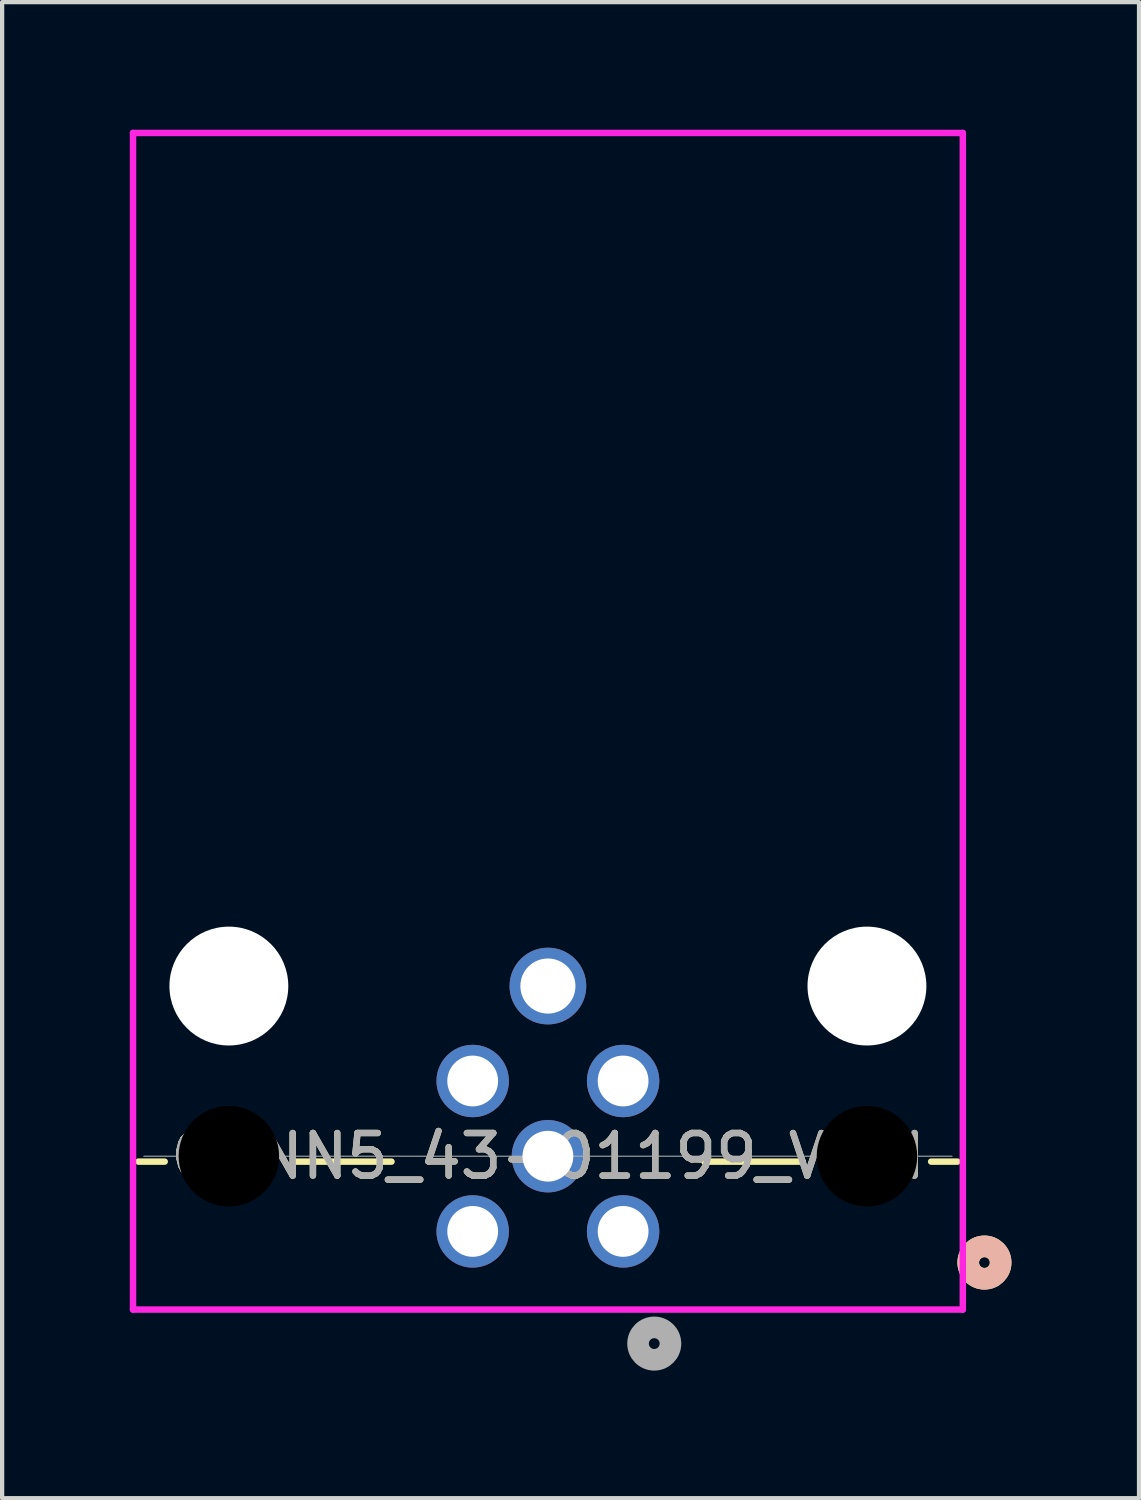
<source format=kicad_pcb>
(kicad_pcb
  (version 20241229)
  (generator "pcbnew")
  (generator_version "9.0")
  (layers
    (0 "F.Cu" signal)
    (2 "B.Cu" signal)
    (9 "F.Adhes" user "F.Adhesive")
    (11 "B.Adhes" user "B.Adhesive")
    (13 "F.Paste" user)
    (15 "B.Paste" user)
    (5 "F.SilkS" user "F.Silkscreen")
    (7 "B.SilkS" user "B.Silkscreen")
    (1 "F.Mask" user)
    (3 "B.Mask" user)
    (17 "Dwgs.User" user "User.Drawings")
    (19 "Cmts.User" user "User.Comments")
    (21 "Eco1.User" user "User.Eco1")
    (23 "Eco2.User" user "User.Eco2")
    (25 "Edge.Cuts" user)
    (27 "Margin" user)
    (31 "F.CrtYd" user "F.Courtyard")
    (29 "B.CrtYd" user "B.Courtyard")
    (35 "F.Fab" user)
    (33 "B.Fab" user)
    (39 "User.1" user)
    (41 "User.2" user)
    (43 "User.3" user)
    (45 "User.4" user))
  (footprint "CONN5_43-01199_Vlad"
    (layer "F.Cu")
    (at 11.598 25.898)
    (property "Reference" "CONN5_43-01199_Vlad" (at -1.768 -1.768 0) (unlocked yes) (layer "F.SilkS") (effects (font (size 1 1) (thickness 0.15))))
    (attr through_hole)
    (fp_line (start -11.394 -1.641) (end -10.776 -1.641) (stroke (width 0.152) (type solid)) (layer "F.SilkS"))
    (fp_line (start -7.759 -1.641) (end -5.445 -1.641) (stroke (width 0.152) (type solid)) (layer "F.SilkS"))
    (fp_line (start 1.909 -1.641) (end 4.224 -1.641) (stroke (width 0.152) (type solid)) (layer "F.SilkS"))
    (fp_line (start 7.241 -1.641) (end 7.859 -1.641) (stroke (width 0.152) (type solid)) (layer "F.SilkS"))
    (fp_circle (center 8.494 0.732) (end 8.875 0.732) (stroke (width 0.508) (type solid)) (fill no) (layer "F.SilkS"))
    (fp_circle (center 8.494 0.732) (end 8.875 0.732) (stroke (width 0.508) (type solid)) (fill no) (layer "B.SilkS"))
    (fp_line (start -11.521 -25.822) (end -11.521 1.837) (stroke (width 0.152) (type solid)) (layer "F.CrtYd"))
    (fp_line (start -11.521 1.837) (end 7.986 1.837) (stroke (width 0.152) (type solid)) (layer "F.CrtYd"))
    (fp_line (start 7.986 -25.822) (end -11.521 -25.822) (stroke (width 0.152) (type solid)) (layer "F.CrtYd"))
    (fp_line (start 7.986 1.837) (end 7.986 -25.822) (stroke (width 0.152) (type solid)) (layer "F.CrtYd"))
    (fp_line (start -11.267 -1.768) (end 7.732 -1.768) (stroke (width 0.025) (type solid)) (layer "F.Fab"))
    (fp_circle (center 0.732 2.637) (end 1.113 2.637) (stroke (width 0.508) (type solid)) (fill no) (layer "F.Fab"))
    (fp_text user "${REFERENCE}" (at -1.768 -1.768 0) (unlocked yes) (layer "F.Fab") (effects (font (size 1 1) (thickness 0.15))))
    (pad "" np_thru_hole circle (at -9.268 -5.768) (size 2.794 2.794) (drill 2.794) (layers "*.Cu" "*.Mask"))
    (pad "" np_thru_hole circle (at -9.268 -1.768) (size 2.362 2.362) (drill 2.362) (layers))
    (pad "" np_thru_hole circle (at 5.732 -5.768) (size 2.794 2.794) (drill 2.794) (layers "*.Cu" "*.Mask"))
    (pad "" np_thru_hole circle (at 5.732 -1.768) (size 2.362 2.362) (drill 2.362) (layers))
    (pad "1" thru_hole circle (at 0 0 45) (size 1.702 1.702) (drill 1.194) (layers "*.Cu" "*.Mask"))
    (pad "2" thru_hole circle (at -3.536 0 45) (size 1.702 1.702) (drill 1.194) (layers "*.Cu" "*.Mask"))
    (pad "3" thru_hole circle (at -3.536 -3.536 45) (size 1.702 1.702) (drill 1.194) (layers "*.Cu" "*.Mask"))
    (pad "4" thru_hole circle (at 0 -3.536 45) (size 1.702 1.702) (drill 1.194) (layers "*.Cu" "*.Mask"))
    (pad "5" thru_hole circle (at -1.768 -1.768 45) (size 1.702 1.702) (drill 1.194) (layers "*.Cu" "*.Mask"))
    (pad "6" thru_hole circle (at -1.768 -5.768) (size 1.803 1.803) (drill 1.295) (layers "*.Cu" "*.Mask")))
  (gr_rect
    (start -3 -3)
    (end 23.726 32.17)
    (stroke (width 0.1) (type default))
    (fill no)
    (layer "Edge.Cuts")))
</source>
